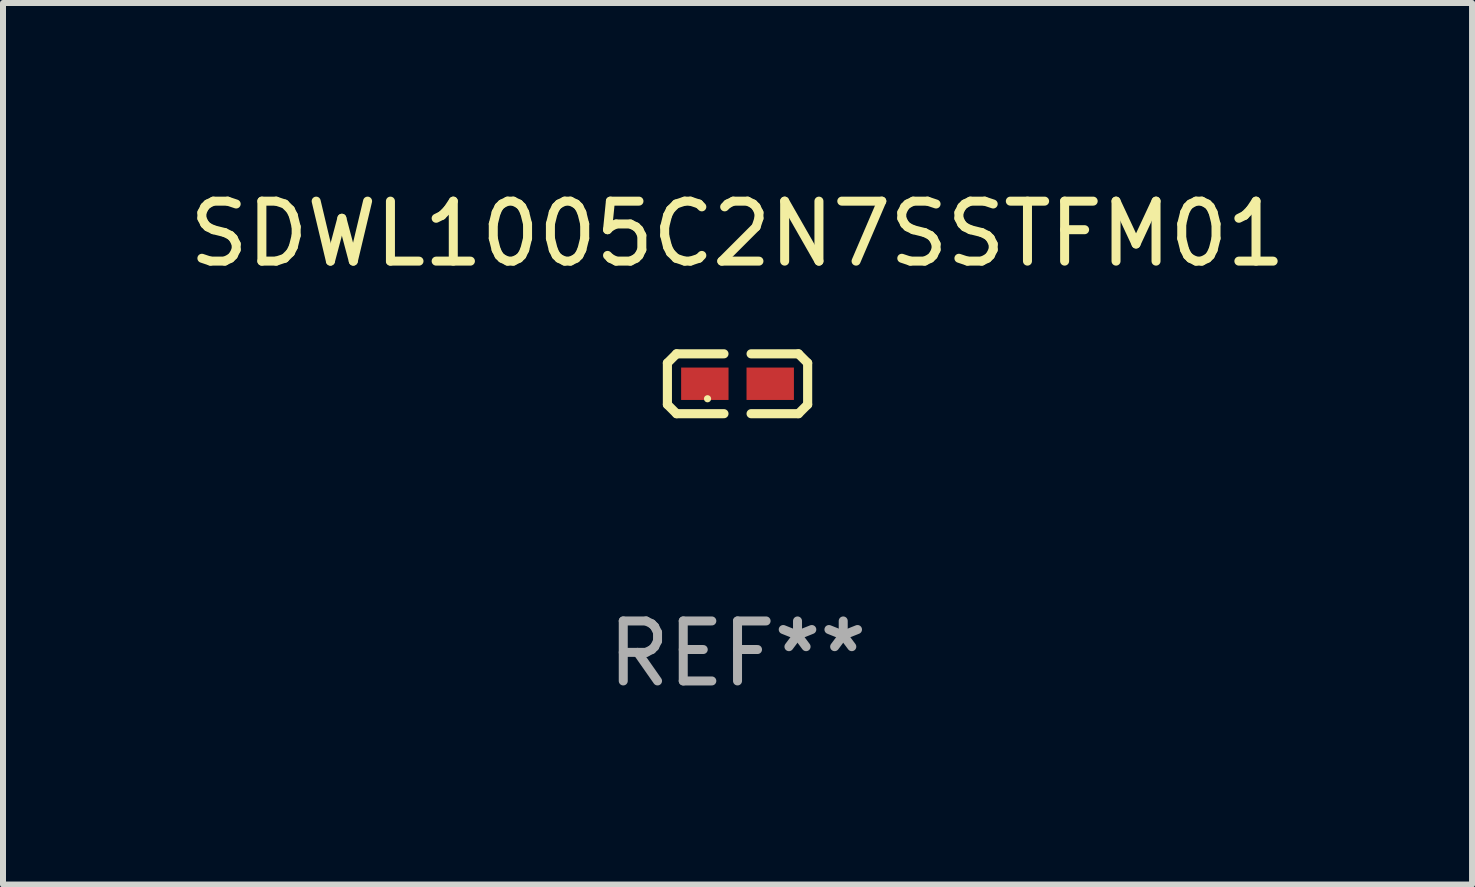
<source format=kicad_pcb>
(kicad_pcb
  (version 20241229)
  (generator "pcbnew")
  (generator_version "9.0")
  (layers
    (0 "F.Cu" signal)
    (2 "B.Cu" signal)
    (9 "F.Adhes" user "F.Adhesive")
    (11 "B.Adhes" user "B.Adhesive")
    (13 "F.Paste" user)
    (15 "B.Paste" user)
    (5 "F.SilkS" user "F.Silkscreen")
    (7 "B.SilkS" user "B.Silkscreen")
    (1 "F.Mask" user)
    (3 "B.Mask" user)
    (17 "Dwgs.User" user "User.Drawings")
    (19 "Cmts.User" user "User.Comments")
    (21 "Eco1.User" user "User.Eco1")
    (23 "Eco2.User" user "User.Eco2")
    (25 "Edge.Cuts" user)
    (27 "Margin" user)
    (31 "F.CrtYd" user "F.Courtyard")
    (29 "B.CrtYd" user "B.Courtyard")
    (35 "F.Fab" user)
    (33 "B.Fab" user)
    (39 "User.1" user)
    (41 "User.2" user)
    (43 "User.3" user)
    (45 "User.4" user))
  (footprint "SDWL1005C2N7SSTFM01"
    (layer "F.Cu")
    (at 9.244 3.347)
    (property "Reference" "SDWL1005C2N7SSTFM01" (at 0 -2.499 0) (layer "F.SilkS") (effects (font (size 1 1) (thickness 0.15))))
    (attr through_hole)
    (fp_line (start -1.169 -0.346) (end -1.016 -0.499) (stroke (width 0.152) (type solid)) (layer "F.SilkS"))
    (fp_line (start -1.169 0.346) (end -1.169 -0.346) (stroke (width 0.152) (type solid)) (layer "F.SilkS"))
    (fp_line (start -1.016 -0.499) (end -0.226 -0.499) (stroke (width 0.152) (type solid)) (layer "F.SilkS"))
    (fp_line (start -1.016 0.499) (end -1.169 0.346) (stroke (width 0.152) (type solid)) (layer "F.SilkS"))
    (fp_line (start -0.226 0.499) (end -1.016 0.499) (stroke (width 0.152) (type solid)) (layer "F.SilkS"))
    (fp_line (start 0.226 0.499) (end 1.016 0.499) (stroke (width 0.152) (type solid)) (layer "F.SilkS"))
    (fp_line (start 1.016 -0.499) (end 0.226 -0.499) (stroke (width 0.152) (type solid)) (layer "F.SilkS"))
    (fp_line (start 1.016 0.499) (end 1.169 0.346) (stroke (width 0.152) (type solid)) (layer "F.SilkS"))
    (fp_line (start 1.169 -0.346) (end 1.016 -0.499) (stroke (width 0.152) (type solid)) (layer "F.SilkS"))
    (fp_line (start 1.169 0.346) (end 1.169 -0.346) (stroke (width 0.152) (type solid)) (layer "F.SilkS"))
    (fp_circle (center -0.5 0.25) (end -0.47 0.25) (stroke (width 0.06) (type solid)) (fill no) (layer "F.SilkS"))
    (fp_text user "REF**" (at 0 4.499 0) (layer "F.Fab") (effects (font (size 1 1) (thickness 0.15))))
    (pad "1" smd rect (at -0.545 0) (size 0.79 0.54) (layers "F.Cu" "F.Mask" "F.Paste"))
    (pad "2" smd rect (at 0.545 0) (size 0.79 0.54) (layers "F.Cu" "F.Mask" "F.Paste")))
  (gr_rect
    (start -3 -3)
    (end 21.488 11.694)
    (stroke (width 0.1) (type default))
    (fill no)
    (layer "Edge.Cuts")))
</source>
